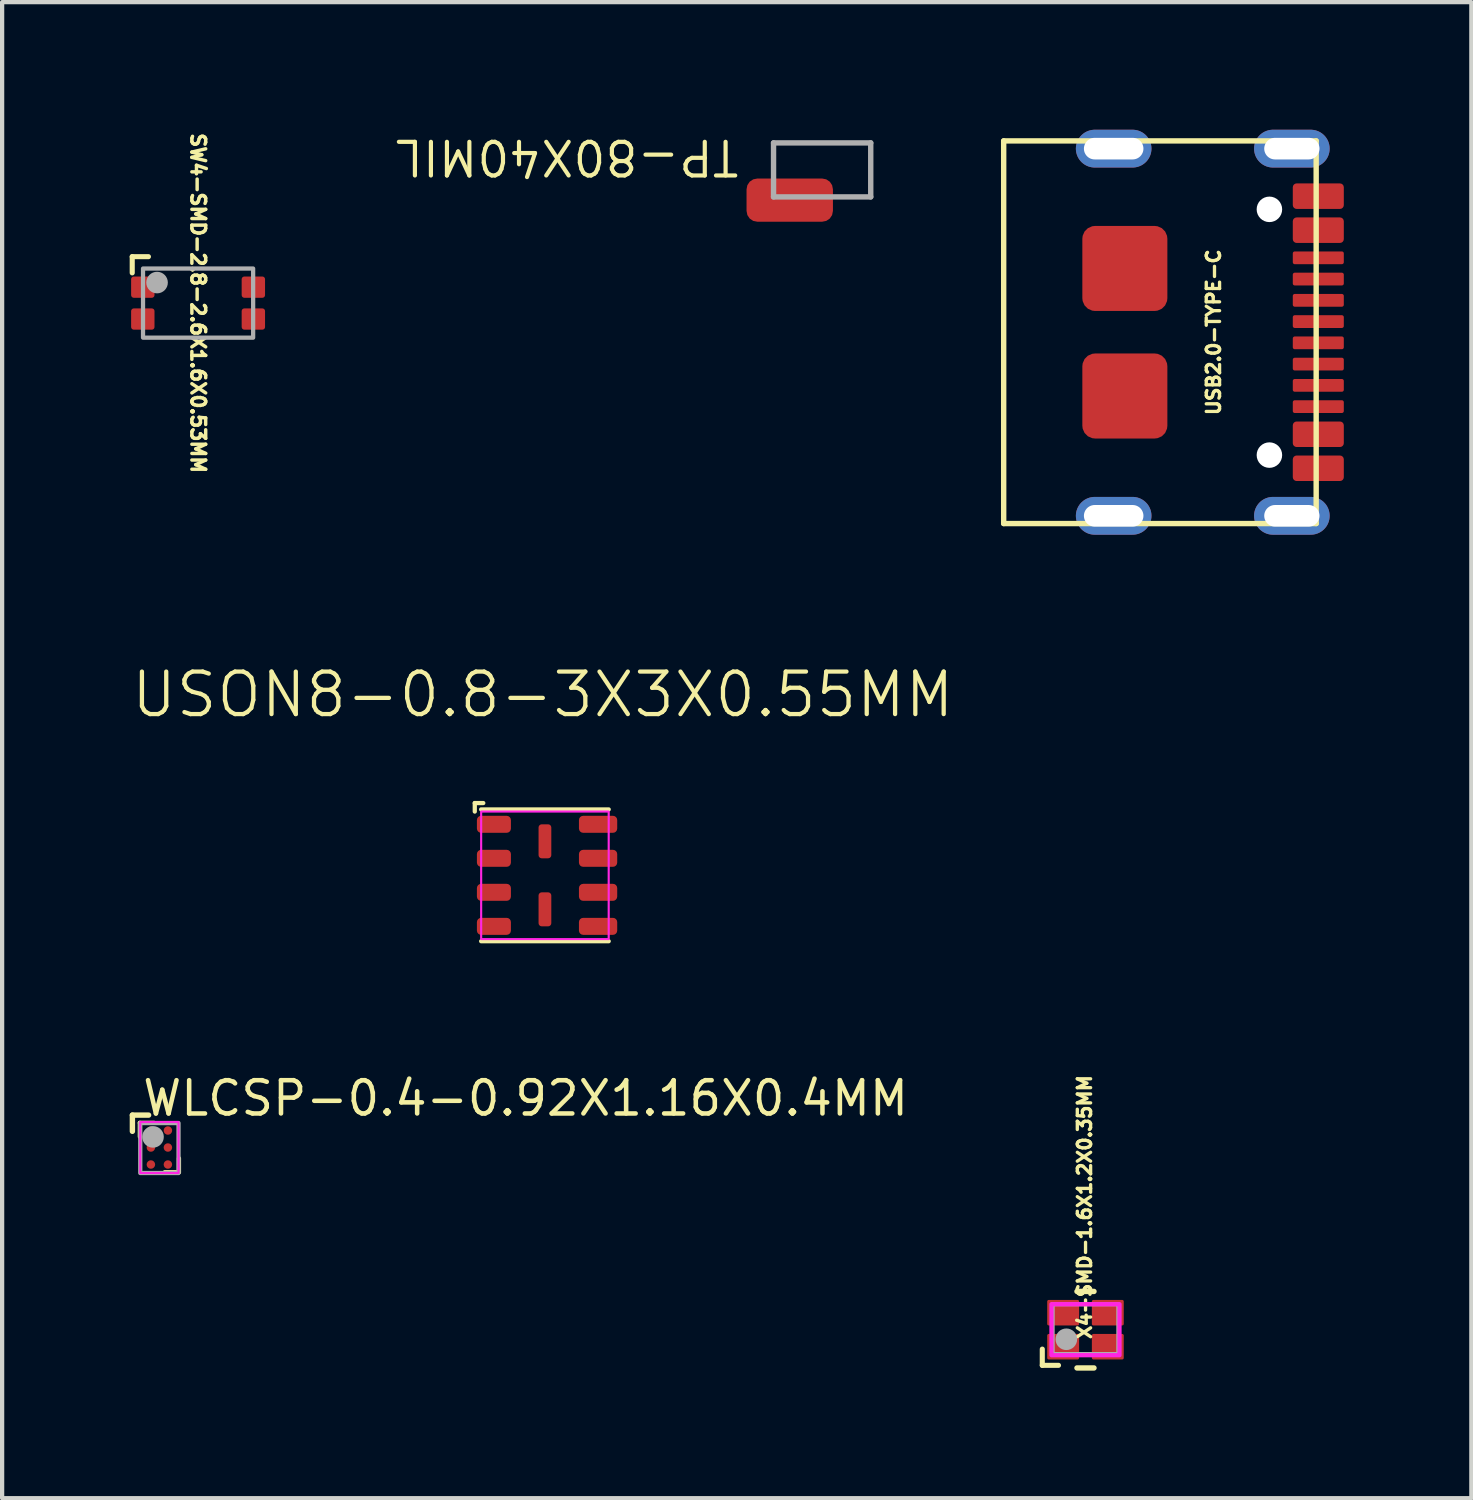
<source format=kicad_pcb>
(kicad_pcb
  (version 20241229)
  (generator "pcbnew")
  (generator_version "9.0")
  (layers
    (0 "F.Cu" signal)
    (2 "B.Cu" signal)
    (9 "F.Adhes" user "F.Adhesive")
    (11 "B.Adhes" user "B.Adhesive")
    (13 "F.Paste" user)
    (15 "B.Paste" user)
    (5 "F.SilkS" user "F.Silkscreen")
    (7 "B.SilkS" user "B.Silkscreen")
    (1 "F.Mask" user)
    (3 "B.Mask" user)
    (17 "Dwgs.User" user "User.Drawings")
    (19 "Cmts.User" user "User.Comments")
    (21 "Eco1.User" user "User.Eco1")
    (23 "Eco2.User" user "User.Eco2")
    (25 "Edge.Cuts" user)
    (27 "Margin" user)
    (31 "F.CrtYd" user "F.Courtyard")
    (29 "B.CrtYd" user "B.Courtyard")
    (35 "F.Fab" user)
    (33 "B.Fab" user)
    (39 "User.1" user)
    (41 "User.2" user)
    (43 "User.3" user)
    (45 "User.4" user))
  (footprint "WLCSP-0.4-0.92X1.16X0.4MM"
    (layer "F.Cu")
    (at 0.699 23.94)
    (property "Reference" "WLCSP-0.4-0.92X1.16X0.4MM" (at -0.45 -0.7 0) (layer "F.SilkS") (effects (font (size 0.782 0.782) (thickness 0.107)) (justify left bottom)))
    (fp_line (start -0.635 -0.762) (end -0.635 -0.381) (stroke (width 0.127) (type default)) (layer "F.SilkS"))
    (fp_line (start -0.635 -0.762) (end -0.254 -0.762) (stroke (width 0.127) (type default)) (layer "F.SilkS"))
    (fp_line (start -0.46 -0.58) (end -0.127 -0.58) (stroke (width 0.1) (type solid)) (layer "F.SilkS"))
    (fp_line (start -0.46 -0.254) (end -0.46 -0.58) (stroke (width 0.1) (type solid)) (layer "F.SilkS"))
    (fp_line (start 0.46 0.254) (end 0.46 0.58) (stroke (width 0.1) (type solid)) (layer "F.SilkS"))
    (fp_line (start 0.46 0.58) (end 0.127 0.58) (stroke (width 0.1) (type solid)) (layer "F.SilkS"))
    (fp_rect (start -0.45 -0.6) (end 0.45 0.6) (stroke (width 0.05) (type default)) (fill no) (layer "F.CrtYd"))
    (fp_rect (start -0.45 -0.575) (end 0.45 0.6) (stroke (width 0.1) (type default)) (fill no) (layer "F.Fab"))
    (fp_circle (center -0.15 -0.25) (end -0.023 -0.25) (stroke (width 0.254) (type solid)) (fill no) (layer "F.Fab"))
    (pad "A1" smd roundrect (at -0.2 -0.4) (size 0.2 0.2) (layers "F.Cu" "F.Mask" "F.Paste") (roundrect_rratio 0.5))
    (pad "A2" smd roundrect (at 0.2 -0.4) (size 0.2 0.2) (layers "F.Cu" "F.Mask" "F.Paste") (roundrect_rratio 0.5))
    (pad "B1" smd roundrect (at -0.2 0) (size 0.2 0.2) (layers "F.Cu" "F.Mask" "F.Paste") (roundrect_rratio 0.5))
    (pad "B2" smd roundrect (at 0.2 0) (size 0.2 0.2) (layers "F.Cu" "F.Mask" "F.Paste") (roundrect_rratio 0.5))
    (pad "C1" smd roundrect (at -0.2 0.4) (size 0.2 0.2) (layers "F.Cu" "F.Mask" "F.Paste") (roundrect_rratio 0.5))
    (pad "C2" smd roundrect (at 0.2 0.4) (size 0.2 0.2) (layers "F.Cu" "F.Mask" "F.Paste") (roundrect_rratio 0.5)))
  (footprint "SW4-SMD-2.8-2.6X1.6X0.53MM"
    (layer "F.Cu")
    (at 1.609 4.079)
    (property "Reference" "SW4-SMD-2.8-2.6X1.6X0.53MM" (at 0 0 270) (unlocked yes) (layer "F.SilkS") (effects (font (size 0.325 0.325) (thickness 0.081))))
    (fp_line (start -1.549 -1.092) (end -1.549 -0.711) (stroke (width 0.12) (type default)) (layer "F.SilkS"))
    (fp_line (start -1.168 -1.092) (end -1.549 -1.092) (stroke (width 0.12) (type default)) (layer "F.SilkS"))
    (fp_rect (start -1.295 -0.813) (end 1.295 0.813) (stroke (width 0.1) (type default)) (fill no) (layer "F.Fab"))
    (fp_circle (center -0.965 -0.483) (end -0.838 -0.483) (stroke (width 0.254) (type default)) (fill no) (layer "F.Fab"))
    (pad "1" smd roundrect (at -1.3 -0.375) (size 0.55 0.5) (layers "F.Cu" "F.Mask" "F.Paste") (roundrect_rratio 0.125))
    (pad "2" smd roundrect (at 1.3 -0.375) (size 0.55 0.5) (layers "F.Cu" "F.Mask" "F.Paste") (roundrect_rratio 0.125))
    (pad "3" smd roundrect (at -1.3 0.375) (size 0.55 0.5) (layers "F.Cu" "F.Mask" "F.Paste") (roundrect_rratio 0.125))
    (pad "4" smd roundrect (at 1.3 0.375) (size 0.55 0.5) (layers "F.Cu" "F.Mask" "F.Paste") (roundrect_rratio 0.125)))
  (footprint "TP-80X40MIL"
    (layer "F.Cu")
    (at 16.287 0.946)
    (property "Reference" "TP-80X40MIL" (at -1.905 -0.762 180) (unlocked yes) (layer "F.SilkS") (effects (font (size 0.791 0.791) (thickness 0.098)) (justify left bottom)))
    (fp_line (start -1.143 -0.635) (end -1.143 0.635) (stroke (width 0.127) (type solid)) (layer "F.Fab"))
    (fp_line (start -1.143 0.635) (end 1.143 0.635) (stroke (width 0.127) (type solid)) (layer "F.Fab"))
    (fp_line (start 1.143 -0.635) (end -1.143 -0.635) (stroke (width 0.127) (type solid)) (layer "F.Fab"))
    (fp_line (start 1.143 0.635) (end 1.143 -0.635) (stroke (width 0.127) (type solid)) (layer "F.Fab"))
    (pad "1" smd roundrect (at -0.762 0.711) (size 2.032 1.016) (layers "F.Cu" "F.Mask" "F.Paste") (roundrect_rratio 0.25)))
  (footprint "USB2.0-TYPE-C"
    (layer "F.Cu")
    (at 27.907 4.764)
    (property "Reference" "USB2.0-TYPE-C" (at -2.413 0 90) (unlocked yes) (layer "F.SilkS") (effects (font (size 0.313 0.313) (thickness 0.094))))
    (fp_line (start -7.35 -4.5) (end 0 -4.5) (stroke (width 0.127) (type solid)) (layer "F.SilkS"))
    (fp_line (start -7.35 4.5) (end -7.35 -4.5) (stroke (width 0.127) (type solid)) (layer "F.SilkS"))
    (fp_line (start 0 -4.5) (end 0 4.5) (stroke (width 0.127) (type solid)) (layer "F.SilkS"))
    (fp_line (start 0 4.5) (end -7.35 4.5) (stroke (width 0.127) (type solid)) (layer "F.SilkS"))
    (fp_poly (pts (xy -4.18 -4.742) (xy -4.056 -4.679) (xy -3.957 -4.58) (xy -3.872 -4.318) (xy -3.894 -4.18) (xy -3.957 -4.056) (xy -4.056 -3.957) (xy -4.318 -3.872) (xy -5.207 -3.872) (xy -5.345 -3.894) (xy -5.469 -3.957) (xy -5.568 -4.056) (xy -5.653 -4.318) (xy -5.631 -4.456) (xy -5.568 -4.58) (xy -5.469 -4.679) (xy -5.207 -4.764) (xy -4.318 -4.764)) (stroke (width 0) (type default)) (fill yes) (layer "F.Paste"))
    (fp_poly (pts (xy -4.18 3.894) (xy -4.056 3.957) (xy -3.957 4.056) (xy -3.872 4.318) (xy -3.894 4.456) (xy -3.957 4.58) (xy -4.056 4.679) (xy -4.318 4.764) (xy -5.207 4.764) (xy -5.345 4.742) (xy -5.469 4.679) (xy -5.568 4.58) (xy -5.653 4.318) (xy -5.631 4.18) (xy -5.568 4.056) (xy -5.469 3.957) (xy -5.207 3.872) (xy -4.318 3.872)) (stroke (width 0) (type default)) (fill yes) (layer "F.Paste"))
    (fp_poly (pts (xy 0.011 -4.742) (xy 0.135 -4.679) (xy 0.234 -4.58) (xy 0.319 -4.318) (xy 0.297 -4.18) (xy 0.234 -4.056) (xy 0.135 -3.957) (xy -0.127 -3.872) (xy -1.016 -3.872) (xy -1.154 -3.894) (xy -1.278 -3.957) (xy -1.377 -4.056) (xy -1.462 -4.318) (xy -1.44 -4.456) (xy -1.377 -4.58) (xy -1.278 -4.679) (xy -1.016 -4.764) (xy -0.127 -4.764)) (stroke (width 0) (type default)) (fill yes) (layer "F.Paste"))
    (fp_poly (pts (xy 0.011 3.894) (xy 0.135 3.957) (xy 0.234 4.056) (xy 0.319 4.318) (xy 0.297 4.456) (xy 0.234 4.58) (xy 0.135 4.679) (xy -0.127 4.764) (xy -1.016 4.764) (xy -1.154 4.742) (xy -1.278 4.679) (xy -1.377 4.58) (xy -1.462 4.318) (xy -1.44 4.18) (xy -1.377 4.056) (xy -1.278 3.957) (xy -1.016 3.872) (xy -0.127 3.872)) (stroke (width 0) (type default)) (fill yes) (layer "F.Paste"))
    (fp_line (start 0.075 0) (end 0.125 0) (stroke (width 0.001) (type solid)) (layer "Cmts.User"))
    (fp_line (start 0.1 -0.025) (end 0.1 0.025) (stroke (width 0.001) (type solid)) (layer "Cmts.User"))
    (pad "" np_thru_hole circle (at -1.1 -2.89) (size 0.6 0.6) (drill 0.6) (layers "*.Cu" "*.Mask"))
    (pad "" np_thru_hole circle (at -1.1 2.89) (size 0.6 0.6) (drill 0.6) (layers "*.Cu" "*.Mask"))
    (pad "A1_B12" smd roundrect (at 0.05 -3.2) (size 1.2 0.6) (layers "F.Cu" "F.Mask" "F.Paste") (roundrect_rratio 0.15))
    (pad "A4_B9" smd roundrect (at 0.05 -2.4) (size 1.2 0.6) (layers "F.Cu" "F.Mask" "F.Paste") (roundrect_rratio 0.15))
    (pad "A5" smd roundrect (at 0.05 -1.25) (size 1.2 0.3) (layers "F.Cu" "F.Mask" "F.Paste") (roundrect_rratio 0.15))
    (pad "A6" smd roundrect (at 0.05 -0.25) (size 1.2 0.3) (layers "F.Cu" "F.Mask" "F.Paste") (roundrect_rratio 0.15))
    (pad "A7" smd roundrect (at 0.05 0.25) (size 1.2 0.3) (layers "F.Cu" "F.Mask" "F.Paste") (roundrect_rratio 0.15))
    (pad "A8" smd roundrect (at 0.05 1.25) (size 1.2 0.3) (layers "F.Cu" "F.Mask" "F.Paste") (roundrect_rratio 0.15))
    (pad "B1_A12" smd roundrect (at 0.05 3.2) (size 1.2 0.6) (layers "F.Cu" "F.Mask" "F.Paste") (roundrect_rratio 0.15))
    (pad "B4_A9" smd roundrect (at 0.05 2.4) (size 1.2 0.6) (layers "F.Cu" "F.Mask" "F.Paste") (roundrect_rratio 0.15))
    (pad "B5" smd roundrect (at 0.05 1.75) (size 1.2 0.3) (layers "F.Cu" "F.Mask" "F.Paste") (roundrect_rratio 0.15))
    (pad "B6" smd roundrect (at 0.05 0.75) (size 1.2 0.3) (layers "F.Cu" "F.Mask" "F.Paste") (roundrect_rratio 0.15))
    (pad "B7" smd roundrect (at 0.05 -0.75) (size 1.2 0.3) (layers "F.Cu" "F.Mask" "F.Paste") (roundrect_rratio 0.15))
    (pad "B8" smd roundrect (at 0.05 -1.75) (size 1.2 0.3) (layers "F.Cu" "F.Mask" "F.Paste") (roundrect_rratio 0.15))
    (pad "S1" thru_hole oval (at -4.763 -4.318) (size 1.778 0.889) (drill oval 1.4 0.508) (layers "*.Cu" "*.Mask" "F.Paste"))
    (pad "S2" thru_hole oval (at -4.763 4.318) (size 1.778 0.889) (drill oval 1.4 0.508) (layers "*.Cu" "*.Mask" "F.Paste"))
    (pad "S3" thru_hole oval (at -0.572 -4.318) (size 1.778 0.889) (drill oval 1.3 0.508) (layers "*.Cu" "*.Mask" "F.Paste"))
    (pad "S4" thru_hole oval (at -0.572 4.318) (size 1.778 0.889) (drill oval 1.3 0.508) (layers "*.Cu" "*.Mask" "F.Paste"))
    (pad "S5" smd roundrect (at -4.5 -1.5) (size 2 2) (layers "F.Cu" "F.Mask" "F.Paste") (roundrect_rratio 0.15))
    (pad "S6" smd roundrect (at -4.5 1.5) (size 2 2) (layers "F.Cu" "F.Mask" "F.Paste") (roundrect_rratio 0.15)))
  (footprint "USON8-0.8-3X3X0.55MM"
    (layer "F.Cu")
    (at 9.767 17.538)
    (property "Reference" "USON8-0.8-3X3X0.55MM" (at -0.05 -4.25 0) (unlocked yes) (layer "F.SilkS") (effects (font (size 1 1) (thickness 0.1))))
    (attr smd)
    (fp_line (start -1.65 -1.7) (end -1.65 -1.5) (stroke (width 0.1) (type default)) (layer "F.SilkS"))
    (fp_line (start -1.65 -1.7) (end -1.45 -1.7) (stroke (width 0.1) (type default)) (layer "F.SilkS"))
    (fp_line (start -1.5 -1.55) (end 1.5 -1.55) (stroke (width 0.1) (type default)) (layer "F.SilkS"))
    (fp_line (start -1.5 1.55) (end 1.5 1.55) (stroke (width 0.1) (type default)) (layer "F.SilkS"))
    (fp_rect (start -1.5 -1.5) (end 1.5 1.5) (stroke (width 0.05) (type default)) (fill no) (layer "F.CrtYd"))
    (pad "1" smd roundrect (at -1.2 -1.2 90) (size 0.4 0.8) (layers "F.Cu" "F.Mask" "F.Paste") (roundrect_rratio 0.25))
    (pad "2" smd roundrect (at -1.2 -0.4 90) (size 0.4 0.8) (layers "F.Cu" "F.Mask" "F.Paste") (roundrect_rratio 0.25))
    (pad "3" smd roundrect (at -1.2 0.4 90) (size 0.4 0.8) (layers "F.Cu" "F.Mask" "F.Paste") (roundrect_rratio 0.25))
    (pad "4" smd roundrect (at -1.2 1.2 90) (size 0.4 0.8) (layers "F.Cu" "F.Mask" "F.Paste") (roundrect_rratio 0.25))
    (pad "5" smd roundrect (at 1.25 1.2 90) (size 0.4 0.9) (layers "F.Cu" "F.Mask" "F.Paste") (roundrect_rratio 0.25))
    (pad "6" smd roundrect (at 1.25 0.4 90) (size 0.4 0.9) (layers "F.Cu" "F.Mask" "F.Paste") (roundrect_rratio 0.25))
    (pad "7" smd roundrect (at 1.25 -0.4 90) (size 0.4 0.9) (layers "F.Cu" "F.Mask" "F.Paste") (roundrect_rratio 0.25))
    (pad "8" smd roundrect (at 1.25 -1.2 90) (size 0.4 0.9) (layers "F.Cu" "F.Mask" "F.Paste") (roundrect_rratio 0.25))
    (pad "9" smd roundrect (at 0 0.8 270) (size 0.8 0.3) (layers "F.Cu" "F.Mask" "F.Paste") (roundrect_rratio 0.25))
    (pad "10" smd roundrect (at 0 -0.8 270) (size 0.8 0.3) (layers "F.Cu" "F.Mask" "F.Paste") (roundrect_rratio 0.25)))
  (footprint "X4-SMD-1.6X1.2X0.35MM"
    (layer "F.Cu")
    (at 22.481 28.225)
    (property "Reference" "X4-SMD-1.6X1.2X0.35MM" (at 0.163 0.261 90) (unlocked yes) (layer "F.SilkS") (effects (font (size 0.313 0.313) (thickness 0.094)) (justify left bottom)))
    (fp_line (start -1.016 0.838) (end -1.016 0.457) (stroke (width 0.12) (type default)) (layer "F.SilkS"))
    (fp_line (start -0.635 0.838) (end -1.016 0.838) (stroke (width 0.12) (type default)) (layer "F.SilkS"))
    (fp_line (start -0.2 -0.9) (end 0.2 -0.9) (stroke (width 0.127) (type solid)) (layer "F.SilkS"))
    (fp_line (start -0.2 0.9) (end 0.2 0.9) (stroke (width 0.127) (type solid)) (layer "F.SilkS"))
    (fp_poly (pts (xy -0.8 0.6) (xy 0.8 0.6) (xy 0.8 -0.6) (xy -0.8 -0.6)) (stroke (width 0.1) (type default)) (fill no) (layer "F.CrtYd"))
    (fp_rect (start -0.775 -0.6) (end 0.775 0.575) (stroke (width 0.1) (type default)) (fill no) (layer "F.Fab"))
    (fp_circle (center -0.45 0.225) (end -0.323 0.225) (stroke (width 0.254) (type default)) (fill no) (layer "F.Fab"))
    (pad "1" smd roundrect (at -0.525 0.4) (size 0.75 0.6) (layers "F.Cu" "F.Mask" "F.Paste") (roundrect_rratio 0.06))
    (pad "2" smd roundrect (at 0.525 0.4) (size 0.75 0.6) (layers "F.Cu" "F.Mask" "F.Paste") (roundrect_rratio 0.06))
    (pad "3" smd roundrect (at 0.525 -0.4) (size 0.75 0.6) (layers "F.Cu" "F.Mask" "F.Paste") (roundrect_rratio 0.06))
    (pad "4" smd roundrect (at -0.525 -0.4) (size 0.75 0.6) (layers "F.Cu" "F.Mask" "F.Paste") (roundrect_rratio 0.06)))
  (gr_rect
    (start -3 -3)
    (end 31.557 32.188)
    (stroke (width 0.1) (type default))
    (fill no)
    (layer "Edge.Cuts")))
</source>
